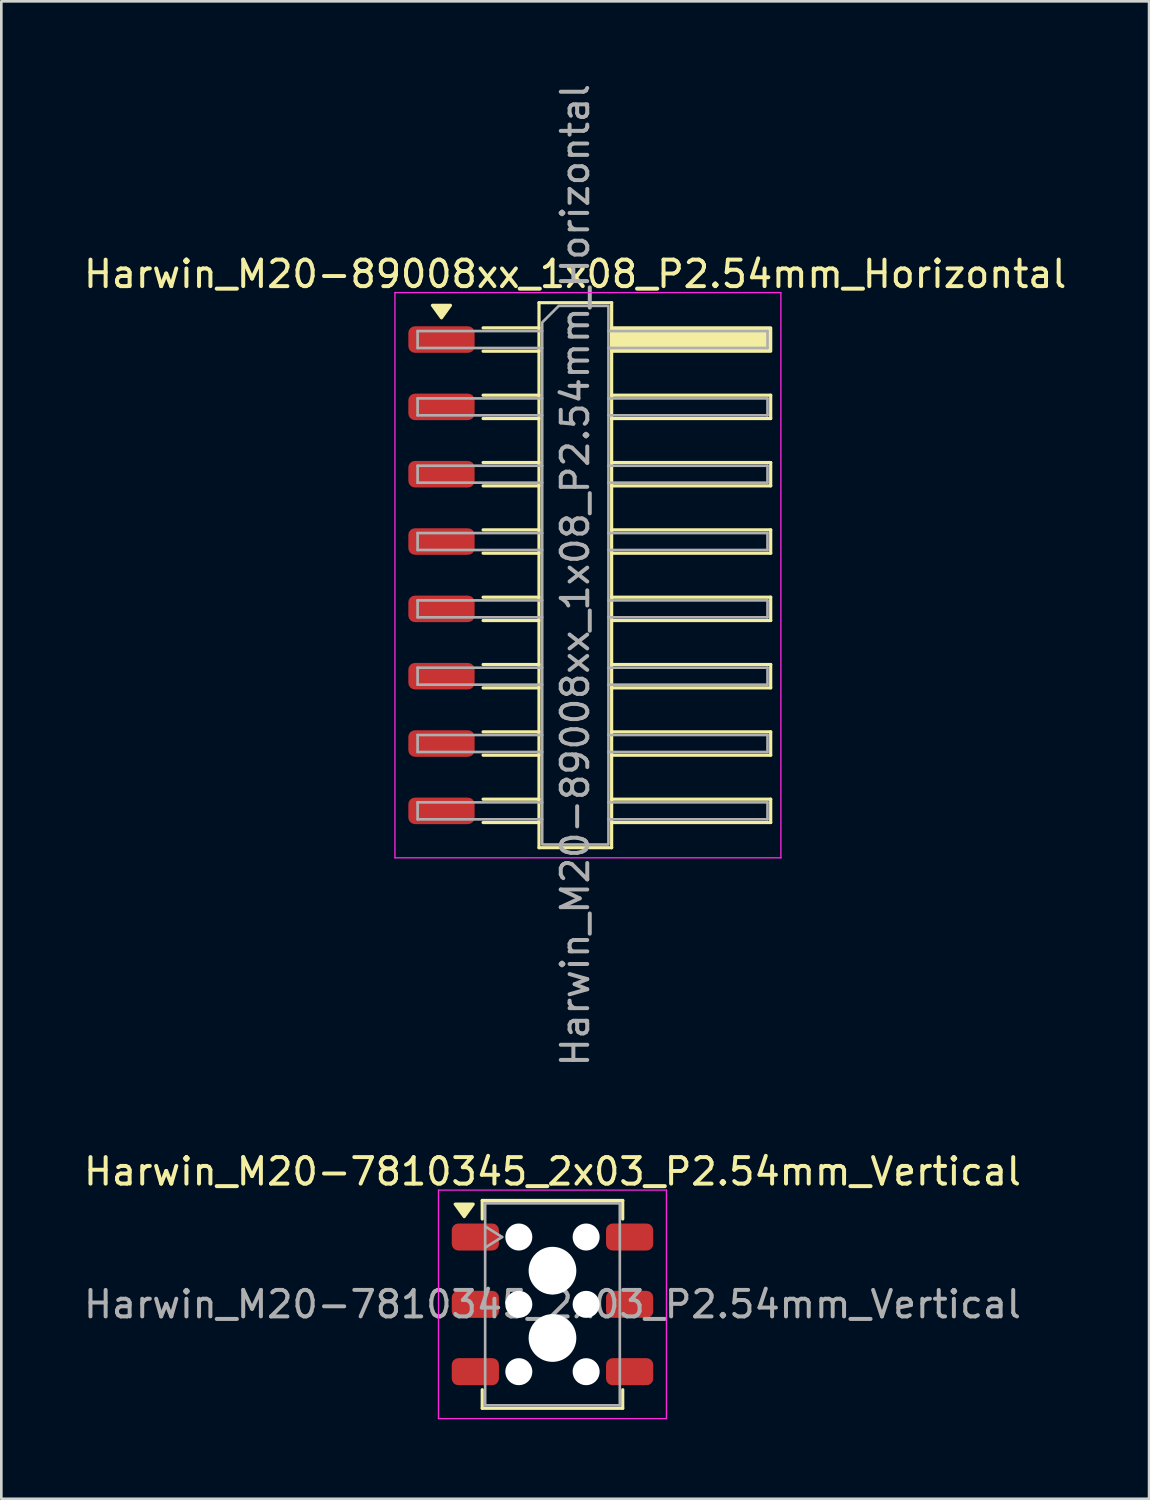
<source format=kicad_pcb>
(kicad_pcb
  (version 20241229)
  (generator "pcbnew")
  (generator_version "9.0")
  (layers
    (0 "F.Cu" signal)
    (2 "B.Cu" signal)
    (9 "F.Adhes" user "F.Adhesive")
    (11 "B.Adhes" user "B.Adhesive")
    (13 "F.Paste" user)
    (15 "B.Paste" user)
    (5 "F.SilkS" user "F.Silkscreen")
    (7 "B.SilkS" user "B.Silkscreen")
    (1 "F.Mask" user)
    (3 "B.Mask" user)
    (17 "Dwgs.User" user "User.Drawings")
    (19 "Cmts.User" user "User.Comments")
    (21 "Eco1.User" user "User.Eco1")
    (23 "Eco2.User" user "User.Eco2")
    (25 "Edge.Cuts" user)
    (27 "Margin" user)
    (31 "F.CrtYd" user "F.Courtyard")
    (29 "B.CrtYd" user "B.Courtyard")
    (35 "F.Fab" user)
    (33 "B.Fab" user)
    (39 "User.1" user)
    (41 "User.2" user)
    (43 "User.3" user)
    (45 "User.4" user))
  (footprint "Harwin_M20-89008xx_1x08_P2.54mm_Horizontal"
    (layer "F.Cu")
    (at 19.129 18.649)
    (property "Reference" "Harwin_M20-89008xx_1x08_P2.54mm_Horizontal" (at -0.48 -11.36 0) (layer "F.SilkS") (effects (font (size 1 1) (thickness 0.15))))
    (attr smd)
    (fp_line (start -3.955 -9.33) (end -1.845 -9.33) (stroke (width 0.12) (type solid)) (layer "F.SilkS"))
    (fp_line (start -3.955 -8.45) (end -1.845 -8.45) (stroke (width 0.12) (type solid)) (layer "F.SilkS"))
    (fp_line (start -3.955 -6.79) (end -1.845 -6.79) (stroke (width 0.12) (type solid)) (layer "F.SilkS"))
    (fp_line (start -3.955 -5.91) (end -1.845 -5.91) (stroke (width 0.12) (type solid)) (layer "F.SilkS"))
    (fp_line (start -3.955 -4.25) (end -1.845 -4.25) (stroke (width 0.12) (type solid)) (layer "F.SilkS"))
    (fp_line (start -3.955 -3.37) (end -1.845 -3.37) (stroke (width 0.12) (type solid)) (layer "F.SilkS"))
    (fp_line (start -3.955 -1.71) (end -1.845 -1.71) (stroke (width 0.12) (type solid)) (layer "F.SilkS"))
    (fp_line (start -3.955 -0.83) (end -1.845 -0.83) (stroke (width 0.12) (type solid)) (layer "F.SilkS"))
    (fp_line (start -3.955 0.83) (end -1.845 0.83) (stroke (width 0.12) (type solid)) (layer "F.SilkS"))
    (fp_line (start -3.955 1.71) (end -1.845 1.71) (stroke (width 0.12) (type solid)) (layer "F.SilkS"))
    (fp_line (start -3.955 3.37) (end -1.845 3.37) (stroke (width 0.12) (type solid)) (layer "F.SilkS"))
    (fp_line (start -3.955 4.25) (end -1.845 4.25) (stroke (width 0.12) (type solid)) (layer "F.SilkS"))
    (fp_line (start -3.955 5.91) (end -1.845 5.91) (stroke (width 0.12) (type solid)) (layer "F.SilkS"))
    (fp_line (start -3.955 6.79) (end -1.845 6.79) (stroke (width 0.12) (type solid)) (layer "F.SilkS"))
    (fp_line (start -3.955 8.45) (end -1.845 8.45) (stroke (width 0.12) (type solid)) (layer "F.SilkS"))
    (fp_line (start -3.955 9.33) (end -1.845 9.33) (stroke (width 0.12) (type solid)) (layer "F.SilkS"))
    (fp_line (start -1.845 -10.28) (end 0.895 -10.28) (stroke (width 0.12) (type solid)) (layer "F.SilkS"))
    (fp_line (start -1.845 10.28) (end -1.845 -10.28) (stroke (width 0.12) (type solid)) (layer "F.SilkS"))
    (fp_line (start 0.895 -10.28) (end 0.895 10.28) (stroke (width 0.12) (type solid)) (layer "F.SilkS"))
    (fp_line (start 0.895 -6.79) (end 6.895 -6.79) (stroke (width 0.12) (type solid)) (layer "F.SilkS"))
    (fp_line (start 0.895 -4.25) (end 6.895 -4.25) (stroke (width 0.12) (type solid)) (layer "F.SilkS"))
    (fp_line (start 0.895 -1.71) (end 6.895 -1.71) (stroke (width 0.12) (type solid)) (layer "F.SilkS"))
    (fp_line (start 0.895 0.83) (end 6.895 0.83) (stroke (width 0.12) (type solid)) (layer "F.SilkS"))
    (fp_line (start 0.895 3.37) (end 6.895 3.37) (stroke (width 0.12) (type solid)) (layer "F.SilkS"))
    (fp_line (start 0.895 5.91) (end 6.895 5.91) (stroke (width 0.12) (type solid)) (layer "F.SilkS"))
    (fp_line (start 0.895 8.45) (end 6.895 8.45) (stroke (width 0.12) (type solid)) (layer "F.SilkS"))
    (fp_line (start 0.895 10.28) (end -1.845 10.28) (stroke (width 0.12) (type solid)) (layer "F.SilkS"))
    (fp_line (start 6.895 -6.79) (end 6.895 -5.91) (stroke (width 0.12) (type solid)) (layer "F.SilkS"))
    (fp_line (start 6.895 -5.91) (end 0.895 -5.91) (stroke (width 0.12) (type solid)) (layer "F.SilkS"))
    (fp_line (start 6.895 -4.25) (end 6.895 -3.37) (stroke (width 0.12) (type solid)) (layer "F.SilkS"))
    (fp_line (start 6.895 -3.37) (end 0.895 -3.37) (stroke (width 0.12) (type solid)) (layer "F.SilkS"))
    (fp_line (start 6.895 -1.71) (end 6.895 -0.83) (stroke (width 0.12) (type solid)) (layer "F.SilkS"))
    (fp_line (start 6.895 -0.83) (end 0.895 -0.83) (stroke (width 0.12) (type solid)) (layer "F.SilkS"))
    (fp_line (start 6.895 0.83) (end 6.895 1.71) (stroke (width 0.12) (type solid)) (layer "F.SilkS"))
    (fp_line (start 6.895 1.71) (end 0.895 1.71) (stroke (width 0.12) (type solid)) (layer "F.SilkS"))
    (fp_line (start 6.895 3.37) (end 6.895 4.25) (stroke (width 0.12) (type solid)) (layer "F.SilkS"))
    (fp_line (start 6.895 4.25) (end 0.895 4.25) (stroke (width 0.12) (type solid)) (layer "F.SilkS"))
    (fp_line (start 6.895 5.91) (end 6.895 6.79) (stroke (width 0.12) (type solid)) (layer "F.SilkS"))
    (fp_line (start 6.895 6.79) (end 0.895 6.79) (stroke (width 0.12) (type solid)) (layer "F.SilkS"))
    (fp_line (start 6.895 8.45) (end 6.895 9.33) (stroke (width 0.12) (type solid)) (layer "F.SilkS"))
    (fp_line (start 6.895 9.33) (end 0.895 9.33) (stroke (width 0.12) (type solid)) (layer "F.SilkS"))
    (fp_rect (start 0.895 -9.33) (end 6.895 -8.45) (stroke (width 0.12) (type solid)) (fill yes) (layer "F.SilkS"))
    (fp_poly (pts (xy -5.525 -9.71) (xy -5.865 -10.18) (xy -5.185 -10.18)) (stroke (width 0.12) (type solid)) (fill yes) (layer "F.SilkS"))
    (fp_line (start -7.28 -10.66) (end 7.28 -10.66) (stroke (width 0.05) (type solid)) (layer "F.CrtYd"))
    (fp_line (start -7.28 10.66) (end -7.28 -10.66) (stroke (width 0.05) (type solid)) (layer "F.CrtYd"))
    (fp_line (start 7.28 -10.66) (end 7.28 10.66) (stroke (width 0.05) (type solid)) (layer "F.CrtYd"))
    (fp_line (start 7.28 10.66) (end -7.28 10.66) (stroke (width 0.05) (type solid)) (layer "F.CrtYd"))
    (fp_line (start -6.425 -9.21) (end -6.425 -8.57) (stroke (width 0.1) (type solid)) (layer "F.Fab"))
    (fp_line (start -6.425 -8.57) (end -1.725 -8.57) (stroke (width 0.1) (type solid)) (layer "F.Fab"))
    (fp_line (start -6.425 -6.67) (end -6.425 -6.03) (stroke (width 0.1) (type solid)) (layer "F.Fab"))
    (fp_line (start -6.425 -6.03) (end -1.725 -6.03) (stroke (width 0.1) (type solid)) (layer "F.Fab"))
    (fp_line (start -6.425 -4.13) (end -6.425 -3.49) (stroke (width 0.1) (type solid)) (layer "F.Fab"))
    (fp_line (start -6.425 -3.49) (end -1.725 -3.49) (stroke (width 0.1) (type solid)) (layer "F.Fab"))
    (fp_line (start -6.425 -1.59) (end -6.425 -0.95) (stroke (width 0.1) (type solid)) (layer "F.Fab"))
    (fp_line (start -6.425 -0.95) (end -1.725 -0.95) (stroke (width 0.1) (type solid)) (layer "F.Fab"))
    (fp_line (start -6.425 0.95) (end -6.425 1.59) (stroke (width 0.1) (type solid)) (layer "F.Fab"))
    (fp_line (start -6.425 1.59) (end -1.725 1.59) (stroke (width 0.1) (type solid)) (layer "F.Fab"))
    (fp_line (start -6.425 3.49) (end -6.425 4.13) (stroke (width 0.1) (type solid)) (layer "F.Fab"))
    (fp_line (start -6.425 4.13) (end -1.725 4.13) (stroke (width 0.1) (type solid)) (layer "F.Fab"))
    (fp_line (start -6.425 6.03) (end -6.425 6.67) (stroke (width 0.1) (type solid)) (layer "F.Fab"))
    (fp_line (start -6.425 6.67) (end -1.725 6.67) (stroke (width 0.1) (type solid)) (layer "F.Fab"))
    (fp_line (start -6.425 8.57) (end -6.425 9.21) (stroke (width 0.1) (type solid)) (layer "F.Fab"))
    (fp_line (start -6.425 9.21) (end -1.725 9.21) (stroke (width 0.1) (type solid)) (layer "F.Fab"))
    (fp_line (start -1.725 -9.21) (end -6.425 -9.21) (stroke (width 0.1) (type solid)) (layer "F.Fab"))
    (fp_line (start -1.725 -6.67) (end -6.425 -6.67) (stroke (width 0.1) (type solid)) (layer "F.Fab"))
    (fp_line (start -1.725 -4.13) (end -6.425 -4.13) (stroke (width 0.1) (type solid)) (layer "F.Fab"))
    (fp_line (start -1.725 -1.59) (end -6.425 -1.59) (stroke (width 0.1) (type solid)) (layer "F.Fab"))
    (fp_line (start -1.725 0.95) (end -6.425 0.95) (stroke (width 0.1) (type solid)) (layer "F.Fab"))
    (fp_line (start -1.725 3.49) (end -6.425 3.49) (stroke (width 0.1) (type solid)) (layer "F.Fab"))
    (fp_line (start -1.725 6.03) (end -6.425 6.03) (stroke (width 0.1) (type solid)) (layer "F.Fab"))
    (fp_line (start -1.725 8.57) (end -6.425 8.57) (stroke (width 0.1) (type solid)) (layer "F.Fab"))
    (fp_line (start 0.775 -9.21) (end 6.775 -9.21) (stroke (width 0.1) (type solid)) (layer "F.Fab"))
    (fp_line (start 0.775 -6.67) (end 6.775 -6.67) (stroke (width 0.1) (type solid)) (layer "F.Fab"))
    (fp_line (start 0.775 -4.13) (end 6.775 -4.13) (stroke (width 0.1) (type solid)) (layer "F.Fab"))
    (fp_line (start 0.775 -1.59) (end 6.775 -1.59) (stroke (width 0.1) (type solid)) (layer "F.Fab"))
    (fp_line (start 0.775 0.95) (end 6.775 0.95) (stroke (width 0.1) (type solid)) (layer "F.Fab"))
    (fp_line (start 0.775 3.49) (end 6.775 3.49) (stroke (width 0.1) (type solid)) (layer "F.Fab"))
    (fp_line (start 0.775 6.03) (end 6.775 6.03) (stroke (width 0.1) (type solid)) (layer "F.Fab"))
    (fp_line (start 0.775 8.57) (end 6.775 8.57) (stroke (width 0.1) (type solid)) (layer "F.Fab"))
    (fp_line (start 6.775 -9.21) (end 6.775 -8.57) (stroke (width 0.1) (type solid)) (layer "F.Fab"))
    (fp_line (start 6.775 -8.57) (end 0.775 -8.57) (stroke (width 0.1) (type solid)) (layer "F.Fab"))
    (fp_line (start 6.775 -6.67) (end 6.775 -6.03) (stroke (width 0.1) (type solid)) (layer "F.Fab"))
    (fp_line (start 6.775 -6.03) (end 0.775 -6.03) (stroke (width 0.1) (type solid)) (layer "F.Fab"))
    (fp_line (start 6.775 -4.13) (end 6.775 -3.49) (stroke (width 0.1) (type solid)) (layer "F.Fab"))
    (fp_line (start 6.775 -3.49) (end 0.775 -3.49) (stroke (width 0.1) (type solid)) (layer "F.Fab"))
    (fp_line (start 6.775 -1.59) (end 6.775 -0.95) (stroke (width 0.1) (type solid)) (layer "F.Fab"))
    (fp_line (start 6.775 -0.95) (end 0.775 -0.95) (stroke (width 0.1) (type solid)) (layer "F.Fab"))
    (fp_line (start 6.775 0.95) (end 6.775 1.59) (stroke (width 0.1) (type solid)) (layer "F.Fab"))
    (fp_line (start 6.775 1.59) (end 0.775 1.59) (stroke (width 0.1) (type solid)) (layer "F.Fab"))
    (fp_line (start 6.775 3.49) (end 6.775 4.13) (stroke (width 0.1) (type solid)) (layer "F.Fab"))
    (fp_line (start 6.775 4.13) (end 0.775 4.13) (stroke (width 0.1) (type solid)) (layer "F.Fab"))
    (fp_line (start 6.775 6.03) (end 6.775 6.67) (stroke (width 0.1) (type solid)) (layer "F.Fab"))
    (fp_line (start 6.775 6.67) (end 0.775 6.67) (stroke (width 0.1) (type solid)) (layer "F.Fab"))
    (fp_line (start 6.775 8.57) (end 6.775 9.21) (stroke (width 0.1) (type solid)) (layer "F.Fab"))
    (fp_line (start 6.775 9.21) (end 0.775 9.21) (stroke (width 0.1) (type solid)) (layer "F.Fab"))
    (fp_poly (pts (xy -1.725 -9.535) (xy -1.725 10.16) (xy 0.775 10.16) (xy 0.775 -10.16) (xy -1.1 -10.16)) (stroke (width 0.1) (type solid)) (fill no) (layer "F.Fab"))
    (fp_text user "${REFERENCE}" (at -0.48 0 90) (layer "F.Fab") (effects (font (size 1 1) (thickness 0.15))))
    (pad "1" smd roundrect (at -5.525 -8.89) (size 2.5 1) (layers "F.Cu" "F.Mask" "F.Paste") (roundrect_rratio 0.25))
    (pad "2" smd roundrect (at -5.525 -6.35) (size 2.5 1) (layers "F.Cu" "F.Mask" "F.Paste") (roundrect_rratio 0.25))
    (pad "3" smd roundrect (at -5.525 -3.81) (size 2.5 1) (layers "F.Cu" "F.Mask" "F.Paste") (roundrect_rratio 0.25))
    (pad "4" smd roundrect (at -5.525 -1.27) (size 2.5 1) (layers "F.Cu" "F.Mask" "F.Paste") (roundrect_rratio 0.25))
    (pad "5" smd roundrect (at -5.525 1.27) (size 2.5 1) (layers "F.Cu" "F.Mask" "F.Paste") (roundrect_rratio 0.25))
    (pad "6" smd roundrect (at -5.525 3.81) (size 2.5 1) (layers "F.Cu" "F.Mask" "F.Paste") (roundrect_rratio 0.25))
    (pad "7" smd roundrect (at -5.525 6.35) (size 2.5 1) (layers "F.Cu" "F.Mask" "F.Paste") (roundrect_rratio 0.25))
    (pad "8" smd roundrect (at -5.525 8.89) (size 2.5 1) (layers "F.Cu" "F.Mask" "F.Paste") (roundrect_rratio 0.25)))
  (footprint "Harwin_M20-7810345_2x03_P2.54mm_Vertical"
    (layer "F.Cu")
    (at 17.792 46.156)
    (property "Reference" "Harwin_M20-7810345_2x03_P2.54mm_Vertical" (at 0 -5.01 0) (layer "F.SilkS") (effects (font (size 1 1) (thickness 0.15))))
    (attr smd)
    (fp_line (start -2.65 -3.92) (end 2.65 -3.92) (stroke (width 0.12) (type solid)) (layer "F.SilkS"))
    (fp_line (start -2.65 -3.22) (end -2.65 -3.92) (stroke (width 0.12) (type solid)) (layer "F.SilkS"))
    (fp_line (start -2.65 3.22) (end -2.65 3.92) (stroke (width 0.12) (type solid)) (layer "F.SilkS"))
    (fp_line (start -2.65 3.92) (end 2.65 3.92) (stroke (width 0.12) (type solid)) (layer "F.SilkS"))
    (fp_line (start 2.65 -3.92) (end 2.65 -3.22) (stroke (width 0.12) (type solid)) (layer "F.SilkS"))
    (fp_line (start 2.65 3.92) (end 2.65 3.22) (stroke (width 0.12) (type solid)) (layer "F.SilkS"))
    (fp_poly (pts (xy -3.33 -3.31) (xy -3.67 -3.78) (xy -2.99 -3.78)) (stroke (width 0.12) (type solid)) (fill yes) (layer "F.SilkS"))
    (fp_line (start -4.3 -4.31) (end 4.3 -4.31) (stroke (width 0.05) (type solid)) (layer "F.CrtYd"))
    (fp_line (start -4.3 4.31) (end -4.3 -4.31) (stroke (width 0.05) (type solid)) (layer "F.CrtYd"))
    (fp_line (start 4.3 -4.31) (end 4.3 4.31) (stroke (width 0.05) (type solid)) (layer "F.CrtYd"))
    (fp_line (start 4.3 4.31) (end -4.3 4.31) (stroke (width 0.05) (type solid)) (layer "F.CrtYd"))
    (fp_line (start -2.54 -3.81) (end 2.54 -3.81) (stroke (width 0.1) (type solid)) (layer "F.Fab"))
    (fp_line (start -2.54 -2.94) (end -1.9 -2.54) (stroke (width 0.1) (type solid)) (layer "F.Fab"))
    (fp_line (start -2.54 3.81) (end -2.54 -3.81) (stroke (width 0.1) (type solid)) (layer "F.Fab"))
    (fp_line (start -1.9 -2.54) (end -2.54 -2.14) (stroke (width 0.1) (type solid)) (layer "F.Fab"))
    (fp_line (start 2.54 -3.81) (end 2.54 3.81) (stroke (width 0.1) (type solid)) (layer "F.Fab"))
    (fp_line (start 2.54 3.81) (end -2.54 3.81) (stroke (width 0.1) (type solid)) (layer "F.Fab"))
    (fp_text user "${REFERENCE}" (at 0 0 0) (layer "F.Fab") (effects (font (size 1 1) (thickness 0.15))))
    (pad "" np_thru_hole circle (at -1.27 -2.54) (size 1.02 1.02) (drill 1.02) (layers "*.Cu" "*.Mask"))
    (pad "" np_thru_hole circle (at -1.27 0) (size 1.02 1.02) (drill 1.02) (layers "*.Cu" "*.Mask"))
    (pad "" np_thru_hole circle (at -1.27 2.54) (size 1.02 1.02) (drill 1.02) (layers "*.Cu" "*.Mask"))
    (pad "" np_thru_hole circle (at 0 -1.27) (size 1.8 1.8) (drill 1.8) (layers "*.Cu" "*.Mask"))
    (pad "" np_thru_hole circle (at 0 1.27) (size 1.8 1.8) (drill 1.8) (layers "*.Cu" "*.Mask"))
    (pad "" np_thru_hole circle (at 1.27 -2.54) (size 1.02 1.02) (drill 1.02) (layers "*.Cu" "*.Mask"))
    (pad "" np_thru_hole circle (at 1.27 0) (size 1.02 1.02) (drill 1.02) (layers "*.Cu" "*.Mask"))
    (pad "" np_thru_hole circle (at 1.27 2.54) (size 1.02 1.02) (drill 1.02) (layers "*.Cu" "*.Mask"))
    (pad "1" smd roundrect (at -2.91 -2.54) (size 1.78 1.02) (layers "F.Cu" "F.Mask" "F.Paste") (roundrect_rratio 0.245))
    (pad "2" smd roundrect (at -2.91 0) (size 1.78 1.02) (layers "F.Cu" "F.Mask" "F.Paste") (roundrect_rratio 0.245))
    (pad "3" smd roundrect (at -2.91 2.54) (size 1.78 1.02) (layers "F.Cu" "F.Mask" "F.Paste") (roundrect_rratio 0.245))
    (pad "4" smd roundrect (at 2.91 -2.54) (size 1.78 1.02) (layers "F.Cu" "F.Mask" "F.Paste") (roundrect_rratio 0.245))
    (pad "5" smd roundrect (at 2.91 0) (size 1.78 1.02) (layers "F.Cu" "F.Mask" "F.Paste") (roundrect_rratio 0.245))
    (pad "6" smd roundrect (at 2.91 2.54) (size 1.78 1.02) (layers "F.Cu" "F.Mask" "F.Paste") (roundrect_rratio 0.245)))
  (gr_rect
    (start -3 -3)
    (end 40.298 53.491)
    (stroke (width 0.1) (type default))
    (fill no)
    (layer "Edge.Cuts")))
</source>
